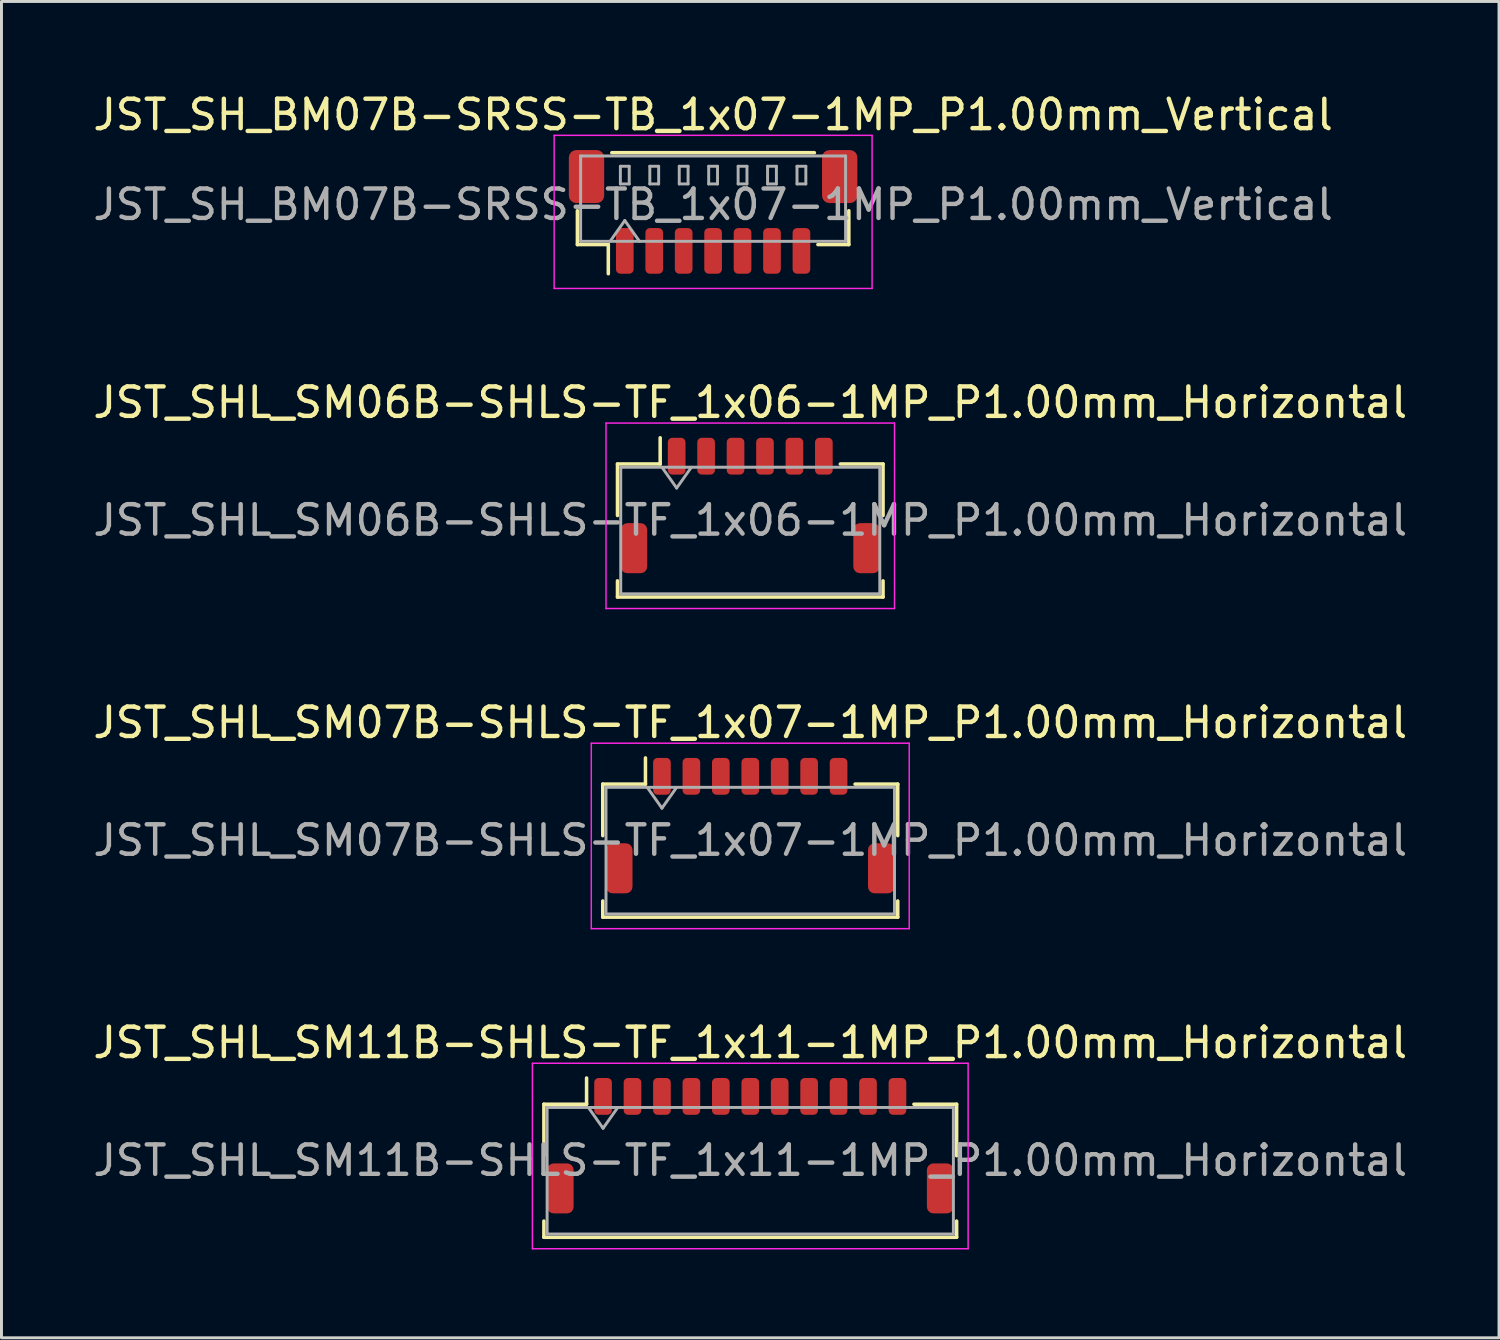
<source format=kicad_pcb>
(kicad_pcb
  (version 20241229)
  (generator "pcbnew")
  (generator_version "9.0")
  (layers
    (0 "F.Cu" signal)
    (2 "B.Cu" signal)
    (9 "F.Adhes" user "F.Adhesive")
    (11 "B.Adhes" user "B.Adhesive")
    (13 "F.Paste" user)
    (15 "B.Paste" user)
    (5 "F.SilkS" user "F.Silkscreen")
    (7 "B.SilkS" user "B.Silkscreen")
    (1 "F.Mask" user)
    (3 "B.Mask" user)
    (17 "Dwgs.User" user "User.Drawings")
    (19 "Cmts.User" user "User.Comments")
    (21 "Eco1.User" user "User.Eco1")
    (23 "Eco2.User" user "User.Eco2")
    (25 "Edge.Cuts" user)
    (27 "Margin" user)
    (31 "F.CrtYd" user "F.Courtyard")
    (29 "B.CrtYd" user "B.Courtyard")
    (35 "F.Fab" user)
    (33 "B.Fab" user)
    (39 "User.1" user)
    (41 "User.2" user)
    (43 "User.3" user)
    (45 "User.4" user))
  (footprint "JST_SHL_SM06B-SHLS-TF_1x06-1MP_P1.00mm_Horizontal"
    (layer "F.Cu")
    (at 22.435 14.121)
    (property "Reference" "JST_SHL_SM06B-SHLS-TF_1x06-1MP_P1.00mm_Horizontal" (at 0 -3.5 0) (layer "F.SilkS") (effects (font (size 1 1) (thickness 0.15))))
    (attr smd)
    (fp_line (start -4.51 -1.41) (end -3.06 -1.41) (stroke (width 0.12) (type solid)) (layer "F.SilkS"))
    (fp_line (start -4.51 0.34) (end -4.51 -1.41) (stroke (width 0.12) (type solid)) (layer "F.SilkS"))
    (fp_line (start -4.51 2.56) (end -4.51 3.11) (stroke (width 0.12) (type solid)) (layer "F.SilkS"))
    (fp_line (start -4.51 3.11) (end 4.51 3.11) (stroke (width 0.12) (type solid)) (layer "F.SilkS"))
    (fp_line (start -3.06 -1.41) (end -3.06 -2.3) (stroke (width 0.12) (type solid)) (layer "F.SilkS"))
    (fp_line (start 4.51 -1.41) (end 3.06 -1.41) (stroke (width 0.12) (type solid)) (layer "F.SilkS"))
    (fp_line (start 4.51 0.34) (end 4.51 -1.41) (stroke (width 0.12) (type solid)) (layer "F.SilkS"))
    (fp_line (start 4.51 3.11) (end 4.51 2.56) (stroke (width 0.12) (type solid)) (layer "F.SilkS"))
    (fp_line (start -4.9 -2.8) (end -4.9 3.5) (stroke (width 0.05) (type solid)) (layer "F.CrtYd"))
    (fp_line (start -4.9 3.5) (end 4.9 3.5) (stroke (width 0.05) (type solid)) (layer "F.CrtYd"))
    (fp_line (start 4.9 -2.8) (end -4.9 -2.8) (stroke (width 0.05) (type solid)) (layer "F.CrtYd"))
    (fp_line (start 4.9 3.5) (end 4.9 -2.8) (stroke (width 0.05) (type solid)) (layer "F.CrtYd"))
    (fp_line (start -4.4 -1.3) (end -4.4 3) (stroke (width 0.1) (type solid)) (layer "F.Fab"))
    (fp_line (start -4.4 -1.3) (end 4.4 -1.3) (stroke (width 0.1) (type solid)) (layer "F.Fab"))
    (fp_line (start -4.4 3) (end 4.4 3) (stroke (width 0.1) (type solid)) (layer "F.Fab"))
    (fp_line (start -3 -1.3) (end -2.5 -0.593) (stroke (width 0.1) (type solid)) (layer "F.Fab"))
    (fp_line (start -2.5 -0.593) (end -2 -1.3) (stroke (width 0.1) (type solid)) (layer "F.Fab"))
    (fp_line (start 4.4 -1.3) (end 4.4 3) (stroke (width 0.1) (type solid)) (layer "F.Fab"))
    (fp_text user "${REFERENCE}" (at 0 0.5 0) (layer "F.Fab") (effects (font (size 1 1) (thickness 0.15))))
    (pad "1" smd roundrect (at -2.5 -1.675) (size 0.6 1.25) (layers "F.Cu" "F.Mask" "F.Paste") (roundrect_rratio 0.25))
    (pad "2" smd roundrect (at -1.5 -1.675) (size 0.6 1.25) (layers "F.Cu" "F.Mask" "F.Paste") (roundrect_rratio 0.25))
    (pad "3" smd roundrect (at -0.5 -1.675) (size 0.6 1.25) (layers "F.Cu" "F.Mask" "F.Paste") (roundrect_rratio 0.25))
    (pad "4" smd roundrect (at 0.5 -1.675) (size 0.6 1.25) (layers "F.Cu" "F.Mask" "F.Paste") (roundrect_rratio 0.25))
    (pad "5" smd roundrect (at 1.5 -1.675) (size 0.6 1.25) (layers "F.Cu" "F.Mask" "F.Paste") (roundrect_rratio 0.25))
    (pad "6" smd roundrect (at 2.5 -1.675) (size 0.6 1.25) (layers "F.Cu" "F.Mask" "F.Paste") (roundrect_rratio 0.25))
    (pad "MP" smd roundrect (at -3.95 1.45) (size 0.9 1.7) (layers "F.Cu" "F.Mask" "F.Paste") (roundrect_rratio 0.25))
    (pad "MP" smd roundrect (at 3.95 1.45) (size 0.9 1.7) (layers "F.Cu" "F.Mask" "F.Paste") (roundrect_rratio 0.25)))
  (footprint "JST_SHL_SM07B-SHLS-TF_1x07-1MP_P1.00mm_Horizontal"
    (layer "F.Cu")
    (at 22.435 24.995)
    (property "Reference" "JST_SHL_SM07B-SHLS-TF_1x07-1MP_P1.00mm_Horizontal" (at 0 -3.5 0) (layer "F.SilkS") (effects (font (size 1 1) (thickness 0.15))))
    (attr smd)
    (fp_line (start -5.01 -1.41) (end -3.56 -1.41) (stroke (width 0.12) (type solid)) (layer "F.SilkS"))
    (fp_line (start -5.01 0.34) (end -5.01 -1.41) (stroke (width 0.12) (type solid)) (layer "F.SilkS"))
    (fp_line (start -5.01 2.56) (end -5.01 3.11) (stroke (width 0.12) (type solid)) (layer "F.SilkS"))
    (fp_line (start -5.01 3.11) (end 5.01 3.11) (stroke (width 0.12) (type solid)) (layer "F.SilkS"))
    (fp_line (start -3.56 -1.41) (end -3.56 -2.3) (stroke (width 0.12) (type solid)) (layer "F.SilkS"))
    (fp_line (start 5.01 -1.41) (end 3.56 -1.41) (stroke (width 0.12) (type solid)) (layer "F.SilkS"))
    (fp_line (start 5.01 0.34) (end 5.01 -1.41) (stroke (width 0.12) (type solid)) (layer "F.SilkS"))
    (fp_line (start 5.01 3.11) (end 5.01 2.56) (stroke (width 0.12) (type solid)) (layer "F.SilkS"))
    (fp_line (start -5.4 -2.8) (end -5.4 3.5) (stroke (width 0.05) (type solid)) (layer "F.CrtYd"))
    (fp_line (start -5.4 3.5) (end 5.4 3.5) (stroke (width 0.05) (type solid)) (layer "F.CrtYd"))
    (fp_line (start 5.4 -2.8) (end -5.4 -2.8) (stroke (width 0.05) (type solid)) (layer "F.CrtYd"))
    (fp_line (start 5.4 3.5) (end 5.4 -2.8) (stroke (width 0.05) (type solid)) (layer "F.CrtYd"))
    (fp_line (start -4.9 -1.3) (end -4.9 3) (stroke (width 0.1) (type solid)) (layer "F.Fab"))
    (fp_line (start -4.9 -1.3) (end 4.9 -1.3) (stroke (width 0.1) (type solid)) (layer "F.Fab"))
    (fp_line (start -4.9 3) (end 4.9 3) (stroke (width 0.1) (type solid)) (layer "F.Fab"))
    (fp_line (start -3.5 -1.3) (end -3 -0.593) (stroke (width 0.1) (type solid)) (layer "F.Fab"))
    (fp_line (start -3 -0.593) (end -2.5 -1.3) (stroke (width 0.1) (type solid)) (layer "F.Fab"))
    (fp_line (start 4.9 -1.3) (end 4.9 3) (stroke (width 0.1) (type solid)) (layer "F.Fab"))
    (fp_text user "${REFERENCE}" (at 0 0.5 0) (layer "F.Fab") (effects (font (size 1 1) (thickness 0.15))))
    (pad "1" smd roundrect (at -3 -1.675) (size 0.6 1.25) (layers "F.Cu" "F.Mask" "F.Paste") (roundrect_rratio 0.25))
    (pad "2" smd roundrect (at -2 -1.675) (size 0.6 1.25) (layers "F.Cu" "F.Mask" "F.Paste") (roundrect_rratio 0.25))
    (pad "3" smd roundrect (at -1 -1.675) (size 0.6 1.25) (layers "F.Cu" "F.Mask" "F.Paste") (roundrect_rratio 0.25))
    (pad "4" smd roundrect (at 0 -1.675) (size 0.6 1.25) (layers "F.Cu" "F.Mask" "F.Paste") (roundrect_rratio 0.25))
    (pad "5" smd roundrect (at 1 -1.675) (size 0.6 1.25) (layers "F.Cu" "F.Mask" "F.Paste") (roundrect_rratio 0.25))
    (pad "6" smd roundrect (at 2 -1.675) (size 0.6 1.25) (layers "F.Cu" "F.Mask" "F.Paste") (roundrect_rratio 0.25))
    (pad "7" smd roundrect (at 3 -1.675) (size 0.6 1.25) (layers "F.Cu" "F.Mask" "F.Paste") (roundrect_rratio 0.25))
    (pad "MP" smd roundrect (at -4.45 1.45) (size 0.9 1.7) (layers "F.Cu" "F.Mask" "F.Paste") (roundrect_rratio 0.25))
    (pad "MP" smd roundrect (at 4.45 1.45) (size 0.9 1.7) (layers "F.Cu" "F.Mask" "F.Paste") (roundrect_rratio 0.25)))
  (footprint "JST_SH_BM07B-SRSS-TB_1x07-1MP_P1.00mm_Vertical"
    (layer "F.Cu")
    (at 21.173 4.148)
    (property "Reference" "JST_SH_BM07B-SRSS-TB_1x07-1MP_P1.00mm_Vertical" (at 0 -3.3 0) (layer "F.SilkS") (effects (font (size 1 1) (thickness 0.15))))
    (attr smd)
    (fp_line (start -4.61 -0.04) (end -4.61 1.11) (stroke (width 0.12) (type solid)) (layer "F.SilkS"))
    (fp_line (start -4.61 1.11) (end -3.56 1.11) (stroke (width 0.12) (type solid)) (layer "F.SilkS"))
    (fp_line (start -3.56 1.11) (end -3.56 2.1) (stroke (width 0.12) (type solid)) (layer "F.SilkS"))
    (fp_line (start -3.44 -2.01) (end 3.44 -2.01) (stroke (width 0.12) (type solid)) (layer "F.SilkS"))
    (fp_line (start 4.61 -0.04) (end 4.61 1.11) (stroke (width 0.12) (type solid)) (layer "F.SilkS"))
    (fp_line (start 4.61 1.11) (end 3.56 1.11) (stroke (width 0.12) (type solid)) (layer "F.SilkS"))
    (fp_line (start -5.4 -2.6) (end -5.4 2.6) (stroke (width 0.05) (type solid)) (layer "F.CrtYd"))
    (fp_line (start -5.4 2.6) (end 5.4 2.6) (stroke (width 0.05) (type solid)) (layer "F.CrtYd"))
    (fp_line (start 5.4 -2.6) (end -5.4 -2.6) (stroke (width 0.05) (type solid)) (layer "F.CrtYd"))
    (fp_line (start 5.4 2.6) (end 5.4 -2.6) (stroke (width 0.05) (type solid)) (layer "F.CrtYd"))
    (fp_line (start -4.5 -1.9) (end 4.5 -1.9) (stroke (width 0.1) (type solid)) (layer "F.Fab"))
    (fp_line (start -4.5 1) (end -4.5 -1.9) (stroke (width 0.1) (type solid)) (layer "F.Fab"))
    (fp_line (start -4.5 1) (end 4.5 1) (stroke (width 0.1) (type solid)) (layer "F.Fab"))
    (fp_line (start -3.5 1) (end -3 0.293) (stroke (width 0.1) (type solid)) (layer "F.Fab"))
    (fp_line (start -3.15 -1.55) (end -3.15 -0.95) (stroke (width 0.1) (type solid)) (layer "F.Fab"))
    (fp_line (start -3.15 -0.95) (end -2.85 -0.95) (stroke (width 0.1) (type solid)) (layer "F.Fab"))
    (fp_line (start -3 0.293) (end -2.5 1) (stroke (width 0.1) (type solid)) (layer "F.Fab"))
    (fp_line (start -2.85 -1.55) (end -3.15 -1.55) (stroke (width 0.1) (type solid)) (layer "F.Fab"))
    (fp_line (start -2.85 -0.95) (end -2.85 -1.55) (stroke (width 0.1) (type solid)) (layer "F.Fab"))
    (fp_line (start -2.15 -1.55) (end -2.15 -0.95) (stroke (width 0.1) (type solid)) (layer "F.Fab"))
    (fp_line (start -2.15 -0.95) (end -1.85 -0.95) (stroke (width 0.1) (type solid)) (layer "F.Fab"))
    (fp_line (start -1.85 -1.55) (end -2.15 -1.55) (stroke (width 0.1) (type solid)) (layer "F.Fab"))
    (fp_line (start -1.85 -0.95) (end -1.85 -1.55) (stroke (width 0.1) (type solid)) (layer "F.Fab"))
    (fp_line (start -1.15 -1.55) (end -1.15 -0.95) (stroke (width 0.1) (type solid)) (layer "F.Fab"))
    (fp_line (start -1.15 -0.95) (end -0.85 -0.95) (stroke (width 0.1) (type solid)) (layer "F.Fab"))
    (fp_line (start -0.85 -1.55) (end -1.15 -1.55) (stroke (width 0.1) (type solid)) (layer "F.Fab"))
    (fp_line (start -0.85 -0.95) (end -0.85 -1.55) (stroke (width 0.1) (type solid)) (layer "F.Fab"))
    (fp_line (start -0.15 -1.55) (end -0.15 -0.95) (stroke (width 0.1) (type solid)) (layer "F.Fab"))
    (fp_line (start -0.15 -0.95) (end 0.15 -0.95) (stroke (width 0.1) (type solid)) (layer "F.Fab"))
    (fp_line (start 0.15 -1.55) (end -0.15 -1.55) (stroke (width 0.1) (type solid)) (layer "F.Fab"))
    (fp_line (start 0.15 -0.95) (end 0.15 -1.55) (stroke (width 0.1) (type solid)) (layer "F.Fab"))
    (fp_line (start 0.85 -1.55) (end 0.85 -0.95) (stroke (width 0.1) (type solid)) (layer "F.Fab"))
    (fp_line (start 0.85 -0.95) (end 1.15 -0.95) (stroke (width 0.1) (type solid)) (layer "F.Fab"))
    (fp_line (start 1.15 -1.55) (end 0.85 -1.55) (stroke (width 0.1) (type solid)) (layer "F.Fab"))
    (fp_line (start 1.15 -0.95) (end 1.15 -1.55) (stroke (width 0.1) (type solid)) (layer "F.Fab"))
    (fp_line (start 1.85 -1.55) (end 1.85 -0.95) (stroke (width 0.1) (type solid)) (layer "F.Fab"))
    (fp_line (start 1.85 -0.95) (end 2.15 -0.95) (stroke (width 0.1) (type solid)) (layer "F.Fab"))
    (fp_line (start 2.15 -1.55) (end 1.85 -1.55) (stroke (width 0.1) (type solid)) (layer "F.Fab"))
    (fp_line (start 2.15 -0.95) (end 2.15 -1.55) (stroke (width 0.1) (type solid)) (layer "F.Fab"))
    (fp_line (start 2.85 -1.55) (end 2.85 -0.95) (stroke (width 0.1) (type solid)) (layer "F.Fab"))
    (fp_line (start 2.85 -0.95) (end 3.15 -0.95) (stroke (width 0.1) (type solid)) (layer "F.Fab"))
    (fp_line (start 3.15 -1.55) (end 2.85 -1.55) (stroke (width 0.1) (type solid)) (layer "F.Fab"))
    (fp_line (start 3.15 -0.95) (end 3.15 -1.55) (stroke (width 0.1) (type solid)) (layer "F.Fab"))
    (fp_line (start 4.5 1) (end 4.5 -1.9) (stroke (width 0.1) (type solid)) (layer "F.Fab"))
    (fp_text user "${REFERENCE}" (at 0 -0.25 0) (layer "F.Fab") (effects (font (size 1 1) (thickness 0.15))))
    (pad "1" smd roundrect (at -3 1.325) (size 0.6 1.55) (layers "F.Cu" "F.Mask" "F.Paste") (roundrect_rratio 0.25))
    (pad "2" smd roundrect (at -2 1.325) (size 0.6 1.55) (layers "F.Cu" "F.Mask" "F.Paste") (roundrect_rratio 0.25))
    (pad "3" smd roundrect (at -1 1.325) (size 0.6 1.55) (layers "F.Cu" "F.Mask" "F.Paste") (roundrect_rratio 0.25))
    (pad "4" smd roundrect (at 0 1.325) (size 0.6 1.55) (layers "F.Cu" "F.Mask" "F.Paste") (roundrect_rratio 0.25))
    (pad "5" smd roundrect (at 1 1.325) (size 0.6 1.55) (layers "F.Cu" "F.Mask" "F.Paste") (roundrect_rratio 0.25))
    (pad "6" smd roundrect (at 2 1.325) (size 0.6 1.55) (layers "F.Cu" "F.Mask" "F.Paste") (roundrect_rratio 0.25))
    (pad "7" smd roundrect (at 3 1.325) (size 0.6 1.55) (layers "F.Cu" "F.Mask" "F.Paste") (roundrect_rratio 0.25))
    (pad "MP" smd roundrect (at -4.3 -1.2) (size 1.2 1.8) (layers "F.Cu" "F.Mask" "F.Paste") (roundrect_rratio 0.208))
    (pad "MP" smd roundrect (at 4.3 -1.2) (size 1.2 1.8) (layers "F.Cu" "F.Mask" "F.Paste") (roundrect_rratio 0.208)))
  (footprint "JST_SHL_SM11B-SHLS-TF_1x11-1MP_P1.00mm_Horizontal"
    (layer "F.Cu")
    (at 22.435 35.868)
    (property "Reference" "JST_SHL_SM11B-SHLS-TF_1x11-1MP_P1.00mm_Horizontal" (at 0 -3.5 0) (layer "F.SilkS") (effects (font (size 1 1) (thickness 0.15))))
    (attr smd)
    (fp_line (start -7.01 -1.41) (end -5.56 -1.41) (stroke (width 0.12) (type solid)) (layer "F.SilkS"))
    (fp_line (start -7.01 0.34) (end -7.01 -1.41) (stroke (width 0.12) (type solid)) (layer "F.SilkS"))
    (fp_line (start -7.01 2.56) (end -7.01 3.11) (stroke (width 0.12) (type solid)) (layer "F.SilkS"))
    (fp_line (start -7.01 3.11) (end 7.01 3.11) (stroke (width 0.12) (type solid)) (layer "F.SilkS"))
    (fp_line (start -5.56 -1.41) (end -5.56 -2.3) (stroke (width 0.12) (type solid)) (layer "F.SilkS"))
    (fp_line (start 7.01 -1.41) (end 5.56 -1.41) (stroke (width 0.12) (type solid)) (layer "F.SilkS"))
    (fp_line (start 7.01 0.34) (end 7.01 -1.41) (stroke (width 0.12) (type solid)) (layer "F.SilkS"))
    (fp_line (start 7.01 3.11) (end 7.01 2.56) (stroke (width 0.12) (type solid)) (layer "F.SilkS"))
    (fp_line (start -7.4 -2.8) (end -7.4 3.5) (stroke (width 0.05) (type solid)) (layer "F.CrtYd"))
    (fp_line (start -7.4 3.5) (end 7.4 3.5) (stroke (width 0.05) (type solid)) (layer "F.CrtYd"))
    (fp_line (start 7.4 -2.8) (end -7.4 -2.8) (stroke (width 0.05) (type solid)) (layer "F.CrtYd"))
    (fp_line (start 7.4 3.5) (end 7.4 -2.8) (stroke (width 0.05) (type solid)) (layer "F.CrtYd"))
    (fp_line (start -6.9 -1.3) (end -6.9 3) (stroke (width 0.1) (type solid)) (layer "F.Fab"))
    (fp_line (start -6.9 -1.3) (end 6.9 -1.3) (stroke (width 0.1) (type solid)) (layer "F.Fab"))
    (fp_line (start -6.9 3) (end 6.9 3) (stroke (width 0.1) (type solid)) (layer "F.Fab"))
    (fp_line (start -5.5 -1.3) (end -5 -0.593) (stroke (width 0.1) (type solid)) (layer "F.Fab"))
    (fp_line (start -5 -0.593) (end -4.5 -1.3) (stroke (width 0.1) (type solid)) (layer "F.Fab"))
    (fp_line (start 6.9 -1.3) (end 6.9 3) (stroke (width 0.1) (type solid)) (layer "F.Fab"))
    (fp_text user "${REFERENCE}" (at 0 0.5 0) (layer "F.Fab") (effects (font (size 1 1) (thickness 0.15))))
    (pad "1" smd roundrect (at -5 -1.675) (size 0.6 1.25) (layers "F.Cu" "F.Mask" "F.Paste") (roundrect_rratio 0.25))
    (pad "2" smd roundrect (at -4 -1.675) (size 0.6 1.25) (layers "F.Cu" "F.Mask" "F.Paste") (roundrect_rratio 0.25))
    (pad "3" smd roundrect (at -3 -1.675) (size 0.6 1.25) (layers "F.Cu" "F.Mask" "F.Paste") (roundrect_rratio 0.25))
    (pad "4" smd roundrect (at -2 -1.675) (size 0.6 1.25) (layers "F.Cu" "F.Mask" "F.Paste") (roundrect_rratio 0.25))
    (pad "5" smd roundrect (at -1 -1.675) (size 0.6 1.25) (layers "F.Cu" "F.Mask" "F.Paste") (roundrect_rratio 0.25))
    (pad "6" smd roundrect (at 0 -1.675) (size 0.6 1.25) (layers "F.Cu" "F.Mask" "F.Paste") (roundrect_rratio 0.25))
    (pad "7" smd roundrect (at 1 -1.675) (size 0.6 1.25) (layers "F.Cu" "F.Mask" "F.Paste") (roundrect_rratio 0.25))
    (pad "8" smd roundrect (at 2 -1.675) (size 0.6 1.25) (layers "F.Cu" "F.Mask" "F.Paste") (roundrect_rratio 0.25))
    (pad "9" smd roundrect (at 3 -1.675) (size 0.6 1.25) (layers "F.Cu" "F.Mask" "F.Paste") (roundrect_rratio 0.25))
    (pad "10" smd roundrect (at 4 -1.675) (size 0.6 1.25) (layers "F.Cu" "F.Mask" "F.Paste") (roundrect_rratio 0.25))
    (pad "11" smd roundrect (at 5 -1.675) (size 0.6 1.25) (layers "F.Cu" "F.Mask" "F.Paste") (roundrect_rratio 0.25))
    (pad "MP" smd roundrect (at -6.45 1.45) (size 0.9 1.7) (layers "F.Cu" "F.Mask" "F.Paste") (roundrect_rratio 0.25))
    (pad "MP" smd roundrect (at 6.45 1.45) (size 0.9 1.7) (layers "F.Cu" "F.Mask" "F.Paste") (roundrect_rratio 0.25)))
  (gr_rect
    (start -3 -3)
    (end 47.869 42.393)
    (stroke (width 0.1) (type default))
    (fill no)
    (layer "Edge.Cuts")))
</source>
